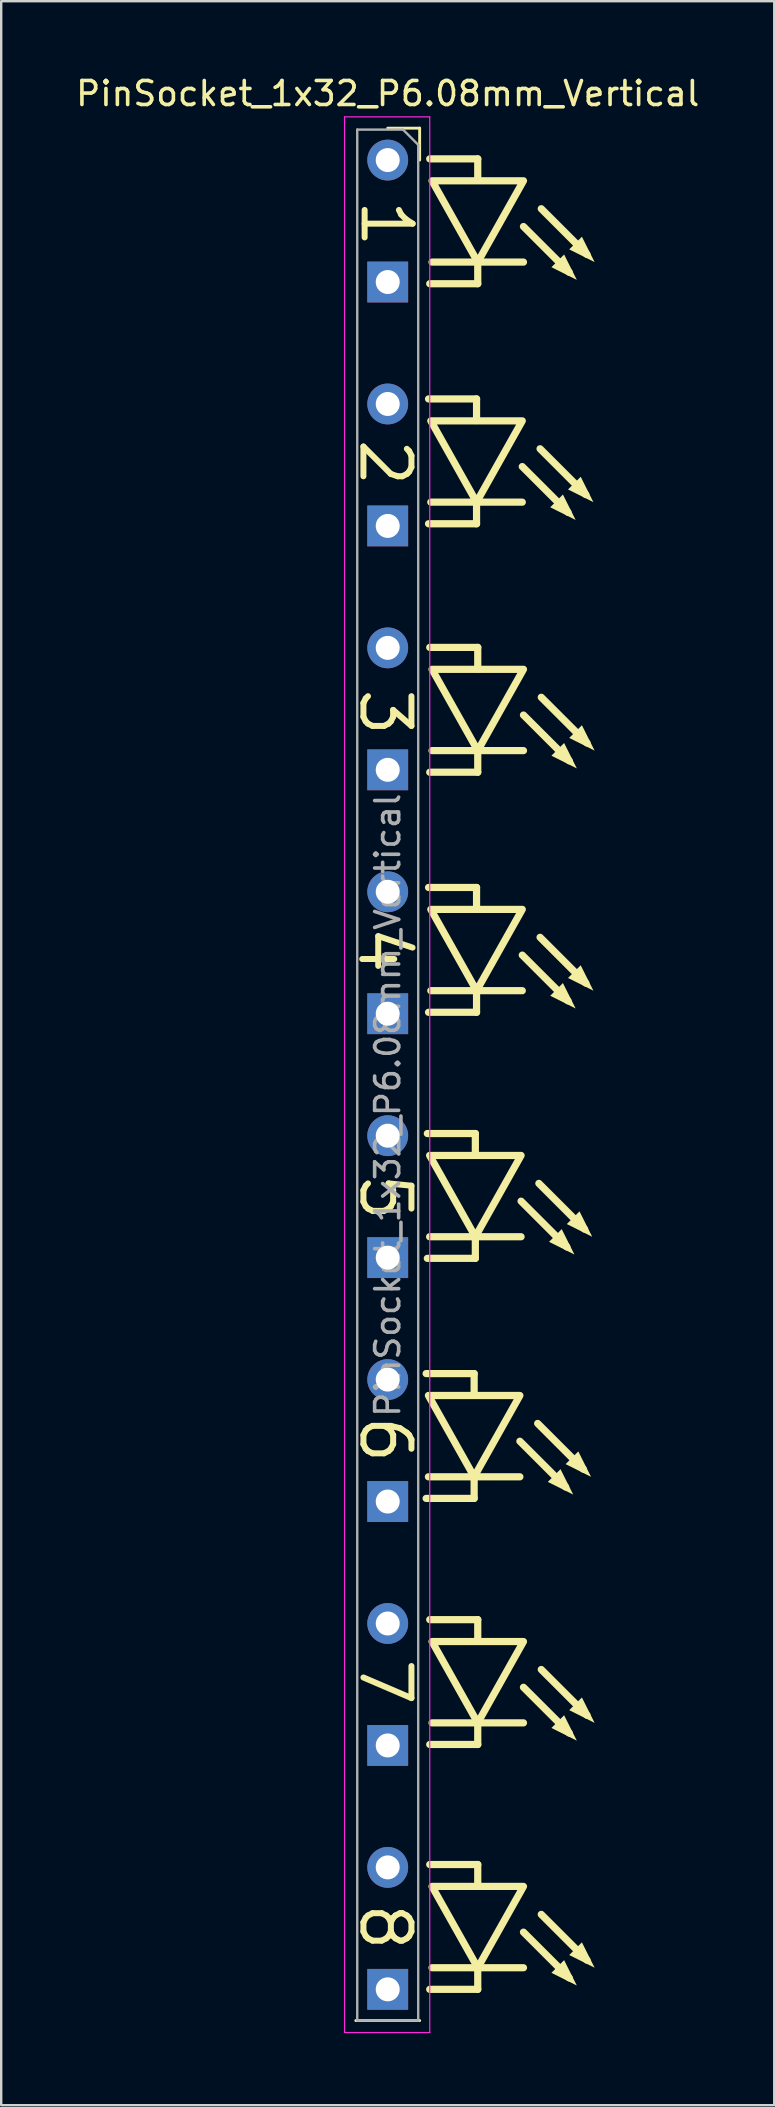
<source format=kicad_pcb>
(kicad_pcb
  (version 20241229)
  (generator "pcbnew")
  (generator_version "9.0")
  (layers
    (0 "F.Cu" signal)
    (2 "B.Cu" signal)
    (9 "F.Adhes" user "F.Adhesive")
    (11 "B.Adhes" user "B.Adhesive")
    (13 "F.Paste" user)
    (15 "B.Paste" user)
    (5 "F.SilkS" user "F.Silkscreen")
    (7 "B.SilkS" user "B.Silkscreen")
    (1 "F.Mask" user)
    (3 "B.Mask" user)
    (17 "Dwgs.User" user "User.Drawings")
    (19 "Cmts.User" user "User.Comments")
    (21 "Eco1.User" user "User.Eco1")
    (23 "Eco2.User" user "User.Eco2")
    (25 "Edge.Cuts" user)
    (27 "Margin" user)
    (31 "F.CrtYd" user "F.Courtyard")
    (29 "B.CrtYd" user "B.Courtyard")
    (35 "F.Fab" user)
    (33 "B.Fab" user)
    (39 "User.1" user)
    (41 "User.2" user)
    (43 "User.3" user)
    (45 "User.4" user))
  (footprint "PinSocket_1x32_P6.08mm_Vertical"
    (layer "F.Cu")
    (at 13.101 3.618)
    (property "Reference" "PinSocket_1x32_P6.08mm_Vertical" (at 0 -2.77 0) (layer "F.SilkS") (effects (font (size 1 1) (thickness 0.15))))
    (attr through_hole)
    (fp_line (start -1.33 77.5) (end 1.33 77.5) (stroke (width 0.12) (type solid)) (layer "F.SilkS"))
    (fp_line (start 0 -1.33) (end 1.33 -1.33) (stroke (width 0.12) (type solid)) (layer "F.SilkS"))
    (fp_line (start 1.33 -1.33) (end 1.33 0) (stroke (width 0.12) (type solid)) (layer "F.SilkS"))
    (fp_line (start 1.6 50.55) (end 3.6 50.55) (stroke (width 0.3) (type solid)) (layer "F.SilkS"))
    (fp_line (start 1.6 55.75) (end 3.6 55.75) (stroke (width 0.3) (type solid)) (layer "F.SilkS"))
    (fp_line (start 1.65 40.55) (end 3.65 40.55) (stroke (width 0.3) (type solid)) (layer "F.SilkS"))
    (fp_line (start 1.65 45.75) (end 3.65 45.75) (stroke (width 0.3) (type solid)) (layer "F.SilkS"))
    (fp_line (start 1.7 9.95) (end 3.7 9.95) (stroke (width 0.3) (type solid)) (layer "F.SilkS"))
    (fp_line (start 1.7 15.15) (end 3.7 15.15) (stroke (width 0.3) (type solid)) (layer "F.SilkS"))
    (fp_line (start 1.7 30.3) (end 3.7 30.3) (stroke (width 0.3) (type solid)) (layer "F.SilkS"))
    (fp_line (start 1.7 35.5) (end 3.7 35.5) (stroke (width 0.3) (type solid)) (layer "F.SilkS"))
    (fp_line (start 1.75 -0.05) (end 3.75 -0.05) (stroke (width 0.3) (type solid)) (layer "F.SilkS"))
    (fp_line (start 1.75 5.15) (end 3.75 5.15) (stroke (width 0.3) (type solid)) (layer "F.SilkS"))
    (fp_line (start 1.75 20.3) (end 3.75 20.3) (stroke (width 0.3) (type solid)) (layer "F.SilkS"))
    (fp_line (start 1.75 25.5) (end 3.75 25.5) (stroke (width 0.3) (type solid)) (layer "F.SilkS"))
    (fp_line (start 1.75 60.8) (end 3.75 60.8) (stroke (width 0.3) (type solid)) (layer "F.SilkS"))
    (fp_line (start 1.75 66) (end 3.75 66) (stroke (width 0.3) (type solid)) (layer "F.SilkS"))
    (fp_line (start 1.75 71) (end 3.75 71) (stroke (width 0.3) (type solid)) (layer "F.SilkS"))
    (fp_line (start 1.75 76.2) (end 3.75 76.2) (stroke (width 0.3) (type solid)) (layer "F.SilkS"))
    (fp_line (start 3.6 51.45) (end 3.6 50.55) (stroke (width 0.3) (type solid)) (layer "F.SilkS"))
    (fp_line (start 3.6 55.75) (end 3.6 54.85) (stroke (width 0.3) (type solid)) (layer "F.SilkS"))
    (fp_line (start 3.65 41.45) (end 3.65 40.55) (stroke (width 0.3) (type solid)) (layer "F.SilkS"))
    (fp_line (start 3.65 45.75) (end 3.65 44.85) (stroke (width 0.3) (type solid)) (layer "F.SilkS"))
    (fp_line (start 3.7 10.85) (end 3.7 9.95) (stroke (width 0.3) (type solid)) (layer "F.SilkS"))
    (fp_line (start 3.7 15.15) (end 3.7 14.25) (stroke (width 0.3) (type solid)) (layer "F.SilkS"))
    (fp_line (start 3.7 31.2) (end 3.7 30.3) (stroke (width 0.3) (type solid)) (layer "F.SilkS"))
    (fp_line (start 3.7 35.5) (end 3.7 34.6) (stroke (width 0.3) (type solid)) (layer "F.SilkS"))
    (fp_line (start 3.75 0.85) (end 3.75 -0.05) (stroke (width 0.3) (type solid)) (layer "F.SilkS"))
    (fp_line (start 3.75 5.15) (end 3.75 4.25) (stroke (width 0.3) (type solid)) (layer "F.SilkS"))
    (fp_line (start 3.75 21.2) (end 3.75 20.3) (stroke (width 0.3) (type solid)) (layer "F.SilkS"))
    (fp_line (start 3.75 25.5) (end 3.75 24.6) (stroke (width 0.3) (type solid)) (layer "F.SilkS"))
    (fp_line (start 3.75 61.7) (end 3.75 60.8) (stroke (width 0.3) (type solid)) (layer "F.SilkS"))
    (fp_line (start 3.75 66) (end 3.75 65.1) (stroke (width 0.3) (type solid)) (layer "F.SilkS"))
    (fp_line (start 3.75 71.9) (end 3.75 71) (stroke (width 0.3) (type solid)) (layer "F.SilkS"))
    (fp_line (start 3.75 76.2) (end 3.75 75.3) (stroke (width 0.3) (type solid)) (layer "F.SilkS"))
    (fp_line (start 5.505 54.85) (end 1.695 54.85) (stroke (width 0.3) (type solid)) (layer "F.SilkS"))
    (fp_line (start 5.555 44.85) (end 1.745 44.85) (stroke (width 0.3) (type solid)) (layer "F.SilkS"))
    (fp_line (start 5.605 14.25) (end 1.795 14.25) (stroke (width 0.3) (type solid)) (layer "F.SilkS"))
    (fp_line (start 5.605 34.6) (end 1.795 34.6) (stroke (width 0.3) (type solid)) (layer "F.SilkS"))
    (fp_line (start 5.655 4.25) (end 1.845 4.25) (stroke (width 0.3) (type solid)) (layer "F.SilkS"))
    (fp_line (start 5.655 24.6) (end 1.845 24.6) (stroke (width 0.3) (type solid)) (layer "F.SilkS"))
    (fp_line (start 5.655 65.1) (end 1.845 65.1) (stroke (width 0.3) (type solid)) (layer "F.SilkS"))
    (fp_line (start 5.655 75.3) (end 1.845 75.3) (stroke (width 0.3) (type solid)) (layer "F.SilkS"))
    (fp_line (start 6.246 52.627) (end 8.151 54.532) (stroke (width 0.3) (type solid)) (layer "F.SilkS"))
    (fp_line (start 6.296 42.627) (end 8.201 44.532) (stroke (width 0.3) (type solid)) (layer "F.SilkS"))
    (fp_line (start 6.346 12.027) (end 8.251 13.932) (stroke (width 0.3) (type solid)) (layer "F.SilkS"))
    (fp_line (start 6.346 32.377) (end 8.251 34.282) (stroke (width 0.3) (type solid)) (layer "F.SilkS"))
    (fp_line (start 6.396 2.027) (end 8.301 3.933) (stroke (width 0.3) (type solid)) (layer "F.SilkS"))
    (fp_line (start 6.396 22.378) (end 8.301 24.282) (stroke (width 0.3) (type solid)) (layer "F.SilkS"))
    (fp_line (start 6.396 62.877) (end 8.301 64.782) (stroke (width 0.3) (type solid)) (layer "F.SilkS"))
    (fp_line (start 6.396 73.078) (end 8.301 74.983) (stroke (width 0.3) (type solid)) (layer "F.SilkS"))
    (fp_line (start 7.41 55.273) (end 5.505 53.368) (stroke (width 0.3) (type solid)) (layer "F.SilkS"))
    (fp_line (start 7.46 45.273) (end 5.555 43.368) (stroke (width 0.3) (type solid)) (layer "F.SilkS"))
    (fp_line (start 7.51 14.673) (end 5.605 12.768) (stroke (width 0.3) (type solid)) (layer "F.SilkS"))
    (fp_line (start 7.51 35.023) (end 5.605 33.118) (stroke (width 0.3) (type solid)) (layer "F.SilkS"))
    (fp_line (start 7.56 4.673) (end 5.655 2.768) (stroke (width 0.3) (type solid)) (layer "F.SilkS"))
    (fp_line (start 7.56 25.023) (end 5.655 23.118) (stroke (width 0.3) (type solid)) (layer "F.SilkS"))
    (fp_line (start 7.56 65.523) (end 5.655 63.618) (stroke (width 0.3) (type solid)) (layer "F.SilkS"))
    (fp_line (start 7.56 75.723) (end 5.655 73.818) (stroke (width 0.3) (type solid)) (layer "F.SilkS"))
    (fp_poly (pts (xy 3.6 54.85) (xy 1.695 51.463) (xy 5.505 51.463)) (stroke (width 0.3) (type solid)) (fill no) (layer "F.SilkS"))
    (fp_poly (pts (xy 3.65 44.85) (xy 1.745 41.463) (xy 5.555 41.463)) (stroke (width 0.3) (type solid)) (fill no) (layer "F.SilkS"))
    (fp_poly (pts (xy 3.7 14.25) (xy 1.795 10.863) (xy 5.605 10.863)) (stroke (width 0.3) (type solid)) (fill no) (layer "F.SilkS"))
    (fp_poly (pts (xy 3.7 34.6) (xy 1.795 31.213) (xy 5.605 31.213)) (stroke (width 0.3) (type solid)) (fill no) (layer "F.SilkS"))
    (fp_poly (pts (xy 3.75 4.25) (xy 1.845 0.863) (xy 5.655 0.863)) (stroke (width 0.3) (type solid)) (fill no) (layer "F.SilkS"))
    (fp_poly (pts (xy 3.75 24.6) (xy 1.845 21.213) (xy 5.655 21.213)) (stroke (width 0.3) (type solid)) (fill no) (layer "F.SilkS"))
    (fp_poly (pts (xy 3.75 65.1) (xy 1.845 61.713) (xy 5.655 61.713)) (stroke (width 0.3) (type solid)) (fill no) (layer "F.SilkS"))
    (fp_poly (pts (xy 3.75 75.3) (xy 1.845 71.913) (xy 5.655 71.913)) (stroke (width 0.3) (type solid)) (fill no) (layer "F.SilkS"))
    (fp_poly (pts (xy 6.669 55.062) (xy 7.198 54.532) (xy 7.727 55.591)) (stroke (width -0.000001) (type solid)) (fill yes) (layer "F.SilkS"))
    (fp_poly (pts (xy 6.719 45.062) (xy 7.248 44.532) (xy 7.777 45.591)) (stroke (width -0.000001) (type solid)) (fill yes) (layer "F.SilkS"))
    (fp_poly (pts (xy 6.769 14.462) (xy 7.298 13.932) (xy 7.827 14.991)) (stroke (width -0.000001) (type solid)) (fill yes) (layer "F.SilkS"))
    (fp_poly (pts (xy 6.769 34.812) (xy 7.298 34.282) (xy 7.827 35.341)) (stroke (width -0.000001) (type solid)) (fill yes) (layer "F.SilkS"))
    (fp_poly (pts (xy 6.819 4.462) (xy 7.348 3.933) (xy 7.877 4.991)) (stroke (width -0.000001) (type solid)) (fill yes) (layer "F.SilkS"))
    (fp_poly (pts (xy 6.819 24.812) (xy 7.348 24.282) (xy 7.877 25.341)) (stroke (width -0.000001) (type solid)) (fill yes) (layer "F.SilkS"))
    (fp_poly (pts (xy 6.819 65.312) (xy 7.348 64.782) (xy 7.877 65.841)) (stroke (width -0.000001) (type solid)) (fill yes) (layer "F.SilkS"))
    (fp_poly (pts (xy 6.819 75.512) (xy 7.348 74.983) (xy 7.877 76.041)) (stroke (width -0.000001) (type solid)) (fill yes) (layer "F.SilkS"))
    (fp_poly (pts (xy 7.41 54.321) (xy 7.939 53.792) (xy 8.468 54.85)) (stroke (width -0.000001) (type solid)) (fill yes) (layer "F.SilkS"))
    (fp_poly (pts (xy 7.46 44.321) (xy 7.989 43.792) (xy 8.518 44.85)) (stroke (width -0.000001) (type solid)) (fill yes) (layer "F.SilkS"))
    (fp_poly (pts (xy 7.51 13.721) (xy 8.039 13.192) (xy 8.568 14.25)) (stroke (width -0.000001) (type solid)) (fill yes) (layer "F.SilkS"))
    (fp_poly (pts (xy 7.51 34.071) (xy 8.039 33.542) (xy 8.568 34.6)) (stroke (width -0.000001) (type solid)) (fill yes) (layer "F.SilkS"))
    (fp_poly (pts (xy 7.56 3.721) (xy 8.089 3.192) (xy 8.618 4.25)) (stroke (width -0.000001) (type solid)) (fill yes) (layer "F.SilkS"))
    (fp_poly (pts (xy 7.56 24.071) (xy 8.089 23.542) (xy 8.618 24.6)) (stroke (width -0.000001) (type solid)) (fill yes) (layer "F.SilkS"))
    (fp_poly (pts (xy 7.56 64.571) (xy 8.089 64.042) (xy 8.618 65.1)) (stroke (width -0.000001) (type solid)) (fill yes) (layer "F.SilkS"))
    (fp_poly (pts (xy 7.56 74.771) (xy 8.089 74.242) (xy 8.618 75.3)) (stroke (width -0.000001) (type solid)) (fill yes) (layer "F.SilkS"))
    (fp_line (start -1.8 -1.8) (end 1.75 -1.8) (stroke (width 0.05) (type solid)) (layer "F.CrtYd"))
    (fp_line (start -1.8 78) (end -1.8 -1.8) (stroke (width 0.05) (type solid)) (layer "F.CrtYd"))
    (fp_line (start 1.75 -1.8) (end 1.75 78) (stroke (width 0.05) (type solid)) (layer "F.CrtYd"))
    (fp_line (start 1.75 78) (end -1.8 78) (stroke (width 0.05) (type solid)) (layer "F.CrtYd"))
    (fp_line (start -1.27 -1.27) (end 0.635 -1.27) (stroke (width 0.1) (type solid)) (layer "F.Fab"))
    (fp_line (start -1.27 77.5) (end -1.27 -1.27) (stroke (width 0.1) (type solid)) (layer "F.Fab"))
    (fp_line (start 0.635 -1.27) (end 1.27 -0.635) (stroke (width 0.1) (type solid)) (layer "F.Fab"))
    (fp_line (start 1.27 -0.635) (end 1.27 77.5) (stroke (width 0.1) (type solid)) (layer "F.Fab"))
    (fp_line (start 1.27 77.5) (end -1.27 77.5) (stroke (width 0.1) (type solid)) (layer "F.Fab"))
    (fp_text user "4" (at -0.15 32.9 270) (unlocked yes) (layer "F.SilkS") (effects (font (size 2 2) (thickness 0.25))))
    (fp_text user "8" (at -0.1 73.6 270) (unlocked yes) (layer "F.SilkS") (effects (font (size 2 2) (thickness 0.25))))
    (fp_text user "5" (at -0.1 43.2 270) (unlocked yes) (layer "F.SilkS") (effects (font (size 2 2) (thickness 0.25))))
    (fp_text user "7" (at -0.1 63.4 270) (unlocked yes) (layer "F.SilkS") (effects (font (size 2 2) (thickness 0.25))))
    (fp_text user "6" (at -0.1 53.3 270) (unlocked yes) (layer "F.SilkS") (effects (font (size 2 2) (thickness 0.25))))
    (fp_text user "3" (at -0.1 23 270) (unlocked yes) (layer "F.SilkS") (effects (font (size 2 2) (thickness 0.25))))
    (fp_text user "1" (at -0.05 2.65 270) (unlocked yes) (layer "F.SilkS") (effects (font (size 2 2) (thickness 0.25))))
    (fp_text user "2" (at -0.1 12.6 270) (unlocked yes) (layer "F.SilkS") (effects (font (size 2 2) (thickness 0.25))))
    (fp_text user "${REFERENCE}" (at 0 39.37 90) (layer "F.Fab") (effects (font (size 1 1) (thickness 0.15))))
    (pad "1" thru_hole circle (at 0 0) (size 1.7 1.7) (drill 1) (layers "*.Cu" "*.Mask"))
    (pad "2" thru_hole rect (at 0 5.08) (size 1.7 1.7) (drill 1) (layers "*.Cu" "*.Mask"))
    (pad "3" thru_hole oval (at 0 10.16) (size 1.7 1.7) (drill 1) (layers "*.Cu" "*.Mask"))
    (pad "4" thru_hole rect (at 0 15.24) (size 1.7 1.7) (drill 1) (layers "*.Cu" "*.Mask"))
    (pad "5" thru_hole oval (at 0 20.32) (size 1.7 1.7) (drill 1) (layers "*.Cu" "*.Mask"))
    (pad "6" thru_hole rect (at 0 25.4) (size 1.7 1.7) (drill 1) (layers "*.Cu" "*.Mask"))
    (pad "7" thru_hole oval (at 0 30.48) (size 1.7 1.7) (drill 1) (layers "*.Cu" "*.Mask"))
    (pad "8" thru_hole rect (at 0 35.56) (size 1.7 1.7) (drill 1) (layers "*.Cu" "*.Mask"))
    (pad "9" thru_hole oval (at 0 40.64) (size 1.7 1.7) (drill 1) (layers "*.Cu" "*.Mask"))
    (pad "10" thru_hole rect (at 0 45.72) (size 1.7 1.7) (drill 1) (layers "*.Cu" "*.Mask"))
    (pad "11" thru_hole oval (at 0 50.8) (size 1.7 1.7) (drill 1) (layers "*.Cu" "*.Mask"))
    (pad "12" thru_hole rect (at 0 55.88 90) (size 1.7 1.7) (drill 1) (layers "*.Cu" "*.Mask"))
    (pad "13" thru_hole oval (at 0 60.96) (size 1.7 1.7) (drill 1) (layers "*.Cu" "*.Mask"))
    (pad "14" thru_hole rect (at 0 66.04) (size 1.7 1.7) (drill 1) (layers "*.Cu" "*.Mask"))
    (pad "15" thru_hole oval (at 0 71.12) (size 1.7 1.7) (drill 1) (layers "*.Cu" "*.Mask"))
    (pad "16" thru_hole rect (at 0 76.2) (size 1.7 1.7) (drill 1) (layers "*.Cu" "*.Mask")))
  (gr_rect
    (start -3 -3)
    (end 29.202 84.643)
    (stroke (width 0.1) (type default))
    (fill no)
    (layer "Edge.Cuts")))
</source>
